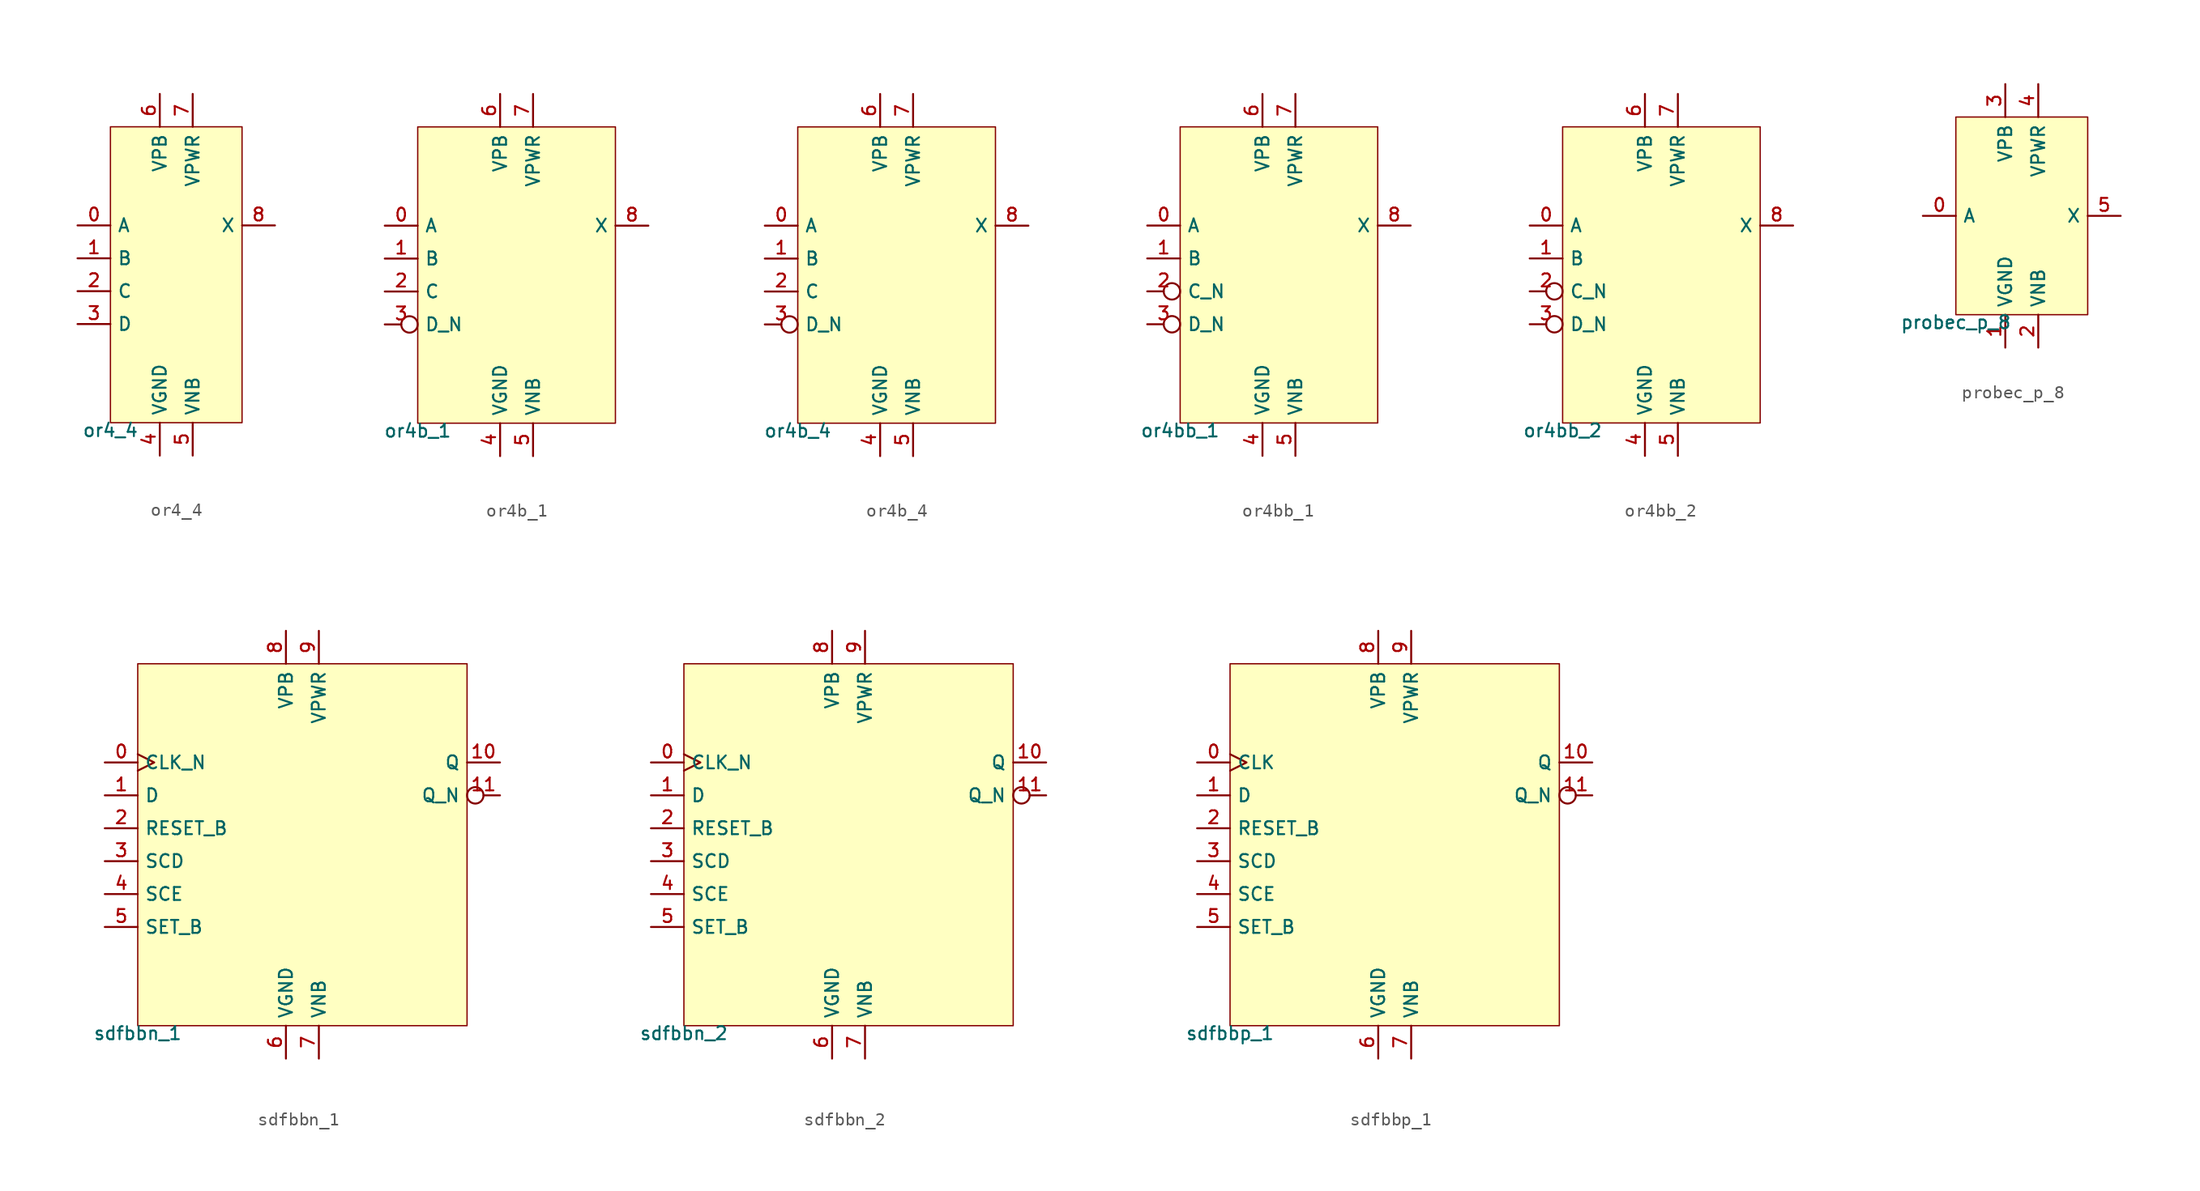
<source format=kicad_sym>
(kicad_symbol_lib
  (version 20211014)
  (generator pdk2kicad)
  (symbol "or4_4"
    (property "Reference" "X"
      (at 0 0 0)
      (effects (font (size 1 1)) hide))
    (property "Value" "or4_4"
      (at -5.08 -11.43 0)
      (effects (font (size 1 1)) (justify top)))
    (rectangle
      (start -5.08 -11.43)
      (end 5.08 11.43)
      (stroke (width 0.1) (type solid) (color 0 0 0 0))
      (fill (type background)))
    (pin input line
      (at -7.62 3.81 0)
      (length 2.54)
      (name "A" (effects (font (size 1 1)) hide))
      (number "0" (effects (font (size 1 1)) hide)))
    (pin input line
      (at -7.62 1.27 0)
      (length 2.54)
      (name "B" (effects (font (size 1 1)) hide))
      (number "1" (effects (font (size 1 1)) hide)))
    (pin input line
      (at -7.62 -1.27 0)
      (length 2.54)
      (name "C" (effects (font (size 1 1)) hide))
      (number "2" (effects (font (size 1 1)) hide)))
    (pin input line
      (at -7.62 -3.81 0)
      (length 2.54)
      (name "D" (effects (font (size 1 1)) hide))
      (number "3" (effects (font (size 1 1)) hide)))
    (pin power_in line
      (at -1.27 -13.97 90)
      (length 2.54)
      (name "VGND" (effects (font (size 1 1)) hide))
      (number "4" (effects (font (size 1 1)) hide)))
    (pin power_in line
      (at 1.27 -13.97 90)
      (length 2.54)
      (name "VNB" (effects (font (size 1 1)) hide))
      (number "5" (effects (font (size 1 1)) hide)))
    (pin power_in line
      (at -1.27 13.97 270)
      (length 2.54)
      (name "VPB" (effects (font (size 1 1)) hide))
      (number "6" (effects (font (size 1 1)) hide)))
    (pin power_in line
      (at 1.27 13.97 270)
      (length 2.54)
      (name "VPWR" (effects (font (size 1 1)) hide))
      (number "7" (effects (font (size 1 1)) hide)))
    (pin output line
      (at 7.62 3.81 180)
      (length 2.54)
      (name "X" (effects (font (size 1 1)) hide))
      (number "8" (effects (font (size 1 1)) hide))))
  (symbol "or4b_1"
    (property "Reference" "X"
      (at 0 0 0)
      (effects (font (size 1 1)) hide))
    (property "Value" "or4b_1"
      (at -7.62 -11.43 0)
      (effects (font (size 1 1)) (justify top)))
    (rectangle
      (start -7.62 -11.43)
      (end 7.62 11.43)
      (stroke (width 0.1) (type solid) (color 0 0 0 0))
      (fill (type background)))
    (pin input line
      (at -10.16 3.81 0)
      (length 2.54)
      (name "A" (effects (font (size 1 1)) hide))
      (number "0" (effects (font (size 1 1)) hide)))
    (pin input line
      (at -10.16 1.27 0)
      (length 2.54)
      (name "B" (effects (font (size 1 1)) hide))
      (number "1" (effects (font (size 1 1)) hide)))
    (pin input line
      (at -10.16 -1.27 0)
      (length 2.54)
      (name "C" (effects (font (size 1 1)) hide))
      (number "2" (effects (font (size 1 1)) hide)))
    (pin input inverted
      (at -10.16 -3.81 0)
      (length 2.54)
      (name "D_N" (effects (font (size 1 1)) hide))
      (number "3" (effects (font (size 1 1)) hide)))
    (pin power_in line
      (at -1.27 -13.97 90)
      (length 2.54)
      (name "VGND" (effects (font (size 1 1)) hide))
      (number "4" (effects (font (size 1 1)) hide)))
    (pin power_in line
      (at 1.27 -13.97 90)
      (length 2.54)
      (name "VNB" (effects (font (size 1 1)) hide))
      (number "5" (effects (font (size 1 1)) hide)))
    (pin power_in line
      (at -1.27 13.97 270)
      (length 2.54)
      (name "VPB" (effects (font (size 1 1)) hide))
      (number "6" (effects (font (size 1 1)) hide)))
    (pin power_in line
      (at 1.27 13.97 270)
      (length 2.54)
      (name "VPWR" (effects (font (size 1 1)) hide))
      (number "7" (effects (font (size 1 1)) hide)))
    (pin output line
      (at 10.16 3.81 180)
      (length 2.54)
      (name "X" (effects (font (size 1 1)) hide))
      (number "8" (effects (font (size 1 1)) hide))))
  (symbol "or4b_4"
    (property "Reference" "X"
      (at 0 0 0)
      (effects (font (size 1 1)) hide))
    (property "Value" "or4b_4"
      (at -7.62 -11.43 0)
      (effects (font (size 1 1)) (justify top)))
    (rectangle
      (start -7.62 -11.43)
      (end 7.62 11.43)
      (stroke (width 0.1) (type solid) (color 0 0 0 0))
      (fill (type background)))
    (pin input line
      (at -10.16 3.81 0)
      (length 2.54)
      (name "A" (effects (font (size 1 1)) hide))
      (number "0" (effects (font (size 1 1)) hide)))
    (pin input line
      (at -10.16 1.27 0)
      (length 2.54)
      (name "B" (effects (font (size 1 1)) hide))
      (number "1" (effects (font (size 1 1)) hide)))
    (pin input line
      (at -10.16 -1.27 0)
      (length 2.54)
      (name "C" (effects (font (size 1 1)) hide))
      (number "2" (effects (font (size 1 1)) hide)))
    (pin input inverted
      (at -10.16 -3.81 0)
      (length 2.54)
      (name "D_N" (effects (font (size 1 1)) hide))
      (number "3" (effects (font (size 1 1)) hide)))
    (pin power_in line
      (at -1.27 -13.97 90)
      (length 2.54)
      (name "VGND" (effects (font (size 1 1)) hide))
      (number "4" (effects (font (size 1 1)) hide)))
    (pin power_in line
      (at 1.27 -13.97 90)
      (length 2.54)
      (name "VNB" (effects (font (size 1 1)) hide))
      (number "5" (effects (font (size 1 1)) hide)))
    (pin power_in line
      (at -1.27 13.97 270)
      (length 2.54)
      (name "VPB" (effects (font (size 1 1)) hide))
      (number "6" (effects (font (size 1 1)) hide)))
    (pin power_in line
      (at 1.27 13.97 270)
      (length 2.54)
      (name "VPWR" (effects (font (size 1 1)) hide))
      (number "7" (effects (font (size 1 1)) hide)))
    (pin output line
      (at 10.16 3.81 180)
      (length 2.54)
      (name "X" (effects (font (size 1 1)) hide))
      (number "8" (effects (font (size 1 1)) hide))))
  (symbol "or4bb_1"
    (property "Reference" "X"
      (at 0 0 0)
      (effects (font (size 1 1)) hide))
    (property "Value" "or4bb_1"
      (at -7.62 -11.43 0)
      (effects (font (size 1 1)) (justify top)))
    (rectangle
      (start -7.62 -11.43)
      (end 7.62 11.43)
      (stroke (width 0.1) (type solid) (color 0 0 0 0))
      (fill (type background)))
    (pin input line
      (at -10.16 3.81 0)
      (length 2.54)
      (name "A" (effects (font (size 1 1)) hide))
      (number "0" (effects (font (size 1 1)) hide)))
    (pin input line
      (at -10.16 1.27 0)
      (length 2.54)
      (name "B" (effects (font (size 1 1)) hide))
      (number "1" (effects (font (size 1 1)) hide)))
    (pin input inverted
      (at -10.16 -1.27 0)
      (length 2.54)
      (name "C_N" (effects (font (size 1 1)) hide))
      (number "2" (effects (font (size 1 1)) hide)))
    (pin input inverted
      (at -10.16 -3.81 0)
      (length 2.54)
      (name "D_N" (effects (font (size 1 1)) hide))
      (number "3" (effects (font (size 1 1)) hide)))
    (pin power_in line
      (at -1.27 -13.97 90)
      (length 2.54)
      (name "VGND" (effects (font (size 1 1)) hide))
      (number "4" (effects (font (size 1 1)) hide)))
    (pin power_in line
      (at 1.27 -13.97 90)
      (length 2.54)
      (name "VNB" (effects (font (size 1 1)) hide))
      (number "5" (effects (font (size 1 1)) hide)))
    (pin power_in line
      (at -1.27 13.97 270)
      (length 2.54)
      (name "VPB" (effects (font (size 1 1)) hide))
      (number "6" (effects (font (size 1 1)) hide)))
    (pin power_in line
      (at 1.27 13.97 270)
      (length 2.54)
      (name "VPWR" (effects (font (size 1 1)) hide))
      (number "7" (effects (font (size 1 1)) hide)))
    (pin output line
      (at 10.16 3.81 180)
      (length 2.54)
      (name "X" (effects (font (size 1 1)) hide))
      (number "8" (effects (font (size 1 1)) hide))))
  (symbol "or4bb_2"
    (property "Reference" "X"
      (at 0 0 0)
      (effects (font (size 1 1)) hide))
    (property "Value" "or4bb_2"
      (at -7.62 -11.43 0)
      (effects (font (size 1 1)) (justify top)))
    (rectangle
      (start -7.62 -11.43)
      (end 7.62 11.43)
      (stroke (width 0.1) (type solid) (color 0 0 0 0))
      (fill (type background)))
    (pin input line
      (at -10.16 3.81 0)
      (length 2.54)
      (name "A" (effects (font (size 1 1)) hide))
      (number "0" (effects (font (size 1 1)) hide)))
    (pin input line
      (at -10.16 1.27 0)
      (length 2.54)
      (name "B" (effects (font (size 1 1)) hide))
      (number "1" (effects (font (size 1 1)) hide)))
    (pin input inverted
      (at -10.16 -1.27 0)
      (length 2.54)
      (name "C_N" (effects (font (size 1 1)) hide))
      (number "2" (effects (font (size 1 1)) hide)))
    (pin input inverted
      (at -10.16 -3.81 0)
      (length 2.54)
      (name "D_N" (effects (font (size 1 1)) hide))
      (number "3" (effects (font (size 1 1)) hide)))
    (pin power_in line
      (at -1.27 -13.97 90)
      (length 2.54)
      (name "VGND" (effects (font (size 1 1)) hide))
      (number "4" (effects (font (size 1 1)) hide)))
    (pin power_in line
      (at 1.27 -13.97 90)
      (length 2.54)
      (name "VNB" (effects (font (size 1 1)) hide))
      (number "5" (effects (font (size 1 1)) hide)))
    (pin power_in line
      (at -1.27 13.97 270)
      (length 2.54)
      (name "VPB" (effects (font (size 1 1)) hide))
      (number "6" (effects (font (size 1 1)) hide)))
    (pin power_in line
      (at 1.27 13.97 270)
      (length 2.54)
      (name "VPWR" (effects (font (size 1 1)) hide))
      (number "7" (effects (font (size 1 1)) hide)))
    (pin output line
      (at 10.16 3.81 180)
      (length 2.54)
      (name "X" (effects (font (size 1 1)) hide))
      (number "8" (effects (font (size 1 1)) hide))))
  (symbol "probec_p_8"
    (property "Reference" "X"
      (at 0 0 0)
      (effects (font (size 1 1)) hide))
    (property "Value" "probec_p_8"
      (at -5.08 -7.62 0)
      (effects (font (size 1 1)) (justify top)))
    (rectangle
      (start -5.08 -7.62)
      (end 5.08 7.62)
      (stroke (width 0.1) (type solid) (color 0 0 0 0))
      (fill (type background)))
    (pin input line
      (at -7.62 0.0 0)
      (length 2.54)
      (name "A" (effects (font (size 1 1)) hide))
      (number "0" (effects (font (size 1 1)) hide)))
    (pin power_in line
      (at -1.27 -10.16 90)
      (length 2.54)
      (name "VGND" (effects (font (size 1 1)) hide))
      (number "1" (effects (font (size 1 1)) hide)))
    (pin power_in line
      (at 1.27 -10.16 90)
      (length 2.54)
      (name "VNB" (effects (font (size 1 1)) hide))
      (number "2" (effects (font (size 1 1)) hide)))
    (pin power_in line
      (at -1.27 10.16 270)
      (length 2.54)
      (name "VPB" (effects (font (size 1 1)) hide))
      (number "3" (effects (font (size 1 1)) hide)))
    (pin power_in line
      (at 1.27 10.16 270)
      (length 2.54)
      (name "VPWR" (effects (font (size 1 1)) hide))
      (number "4" (effects (font (size 1 1)) hide)))
    (pin output line
      (at 7.62 0.0 180)
      (length 2.54)
      (name "X" (effects (font (size 1 1)) hide))
      (number "5" (effects (font (size 1 1)) hide))))
  (symbol "sdfbbn_1"
    (property "Reference" "X"
      (at 0 0 0)
      (effects (font (size 1 1)) hide))
    (property "Value" "sdfbbn_1"
      (at -12.7 -13.97 0)
      (effects (font (size 1 1)) (justify top)))
    (rectangle
      (start -12.7 -13.97)
      (end 12.7 13.97)
      (stroke (width 0.1) (type solid) (color 0 0 0 0))
      (fill (type background)))
    (pin input clock
      (at -15.24 6.35 0)
      (length 2.54)
      (name "CLK_N" (effects (font (size 1 1)) hide))
      (number "0" (effects (font (size 1 1)) hide)))
    (pin input line
      (at -15.24 3.81 0)
      (length 2.54)
      (name "D" (effects (font (size 1 1)) hide))
      (number "1" (effects (font (size 1 1)) hide)))
    (pin input line
      (at -15.24 1.27 0)
      (length 2.54)
      (name "RESET_B" (effects (font (size 1 1)) hide))
      (number "2" (effects (font (size 1 1)) hide)))
    (pin input line
      (at -15.24 -1.27 0)
      (length 2.54)
      (name "SCD" (effects (font (size 1 1)) hide))
      (number "3" (effects (font (size 1 1)) hide)))
    (pin input line
      (at -15.24 -3.81 0)
      (length 2.54)
      (name "SCE" (effects (font (size 1 1)) hide))
      (number "4" (effects (font (size 1 1)) hide)))
    (pin input line
      (at -15.24 -6.35 0)
      (length 2.54)
      (name "SET_B" (effects (font (size 1 1)) hide))
      (number "5" (effects (font (size 1 1)) hide)))
    (pin power_in line
      (at -1.27 -16.51 90)
      (length 2.54)
      (name "VGND" (effects (font (size 1 1)) hide))
      (number "6" (effects (font (size 1 1)) hide)))
    (pin power_in line
      (at 1.27 -16.51 90)
      (length 2.54)
      (name "VNB" (effects (font (size 1 1)) hide))
      (number "7" (effects (font (size 1 1)) hide)))
    (pin power_in line
      (at -1.27 16.51 270)
      (length 2.54)
      (name "VPB" (effects (font (size 1 1)) hide))
      (number "8" (effects (font (size 1 1)) hide)))
    (pin power_in line
      (at 1.27 16.51 270)
      (length 2.54)
      (name "VPWR" (effects (font (size 1 1)) hide))
      (number "9" (effects (font (size 1 1)) hide)))
    (pin output line
      (at 15.24 6.35 180)
      (length 2.54)
      (name "Q" (effects (font (size 1 1)) hide))
      (number "10" (effects (font (size 1 1)) hide)))
    (pin output inverted
      (at 15.24 3.81 180)
      (length 2.54)
      (name "Q_N" (effects (font (size 1 1)) hide))
      (number "11" (effects (font (size 1 1)) hide))))
  (symbol "sdfbbn_2"
    (property "Reference" "X"
      (at 0 0 0)
      (effects (font (size 1 1)) hide))
    (property "Value" "sdfbbn_2"
      (at -12.7 -13.97 0)
      (effects (font (size 1 1)) (justify top)))
    (rectangle
      (start -12.7 -13.97)
      (end 12.7 13.97)
      (stroke (width 0.1) (type solid) (color 0 0 0 0))
      (fill (type background)))
    (pin input clock
      (at -15.24 6.35 0)
      (length 2.54)
      (name "CLK_N" (effects (font (size 1 1)) hide))
      (number "0" (effects (font (size 1 1)) hide)))
    (pin input line
      (at -15.24 3.81 0)
      (length 2.54)
      (name "D" (effects (font (size 1 1)) hide))
      (number "1" (effects (font (size 1 1)) hide)))
    (pin input line
      (at -15.24 1.27 0)
      (length 2.54)
      (name "RESET_B" (effects (font (size 1 1)) hide))
      (number "2" (effects (font (size 1 1)) hide)))
    (pin input line
      (at -15.24 -1.27 0)
      (length 2.54)
      (name "SCD" (effects (font (size 1 1)) hide))
      (number "3" (effects (font (size 1 1)) hide)))
    (pin input line
      (at -15.24 -3.81 0)
      (length 2.54)
      (name "SCE" (effects (font (size 1 1)) hide))
      (number "4" (effects (font (size 1 1)) hide)))
    (pin input line
      (at -15.24 -6.35 0)
      (length 2.54)
      (name "SET_B" (effects (font (size 1 1)) hide))
      (number "5" (effects (font (size 1 1)) hide)))
    (pin power_in line
      (at -1.27 -16.51 90)
      (length 2.54)
      (name "VGND" (effects (font (size 1 1)) hide))
      (number "6" (effects (font (size 1 1)) hide)))
    (pin power_in line
      (at 1.27 -16.51 90)
      (length 2.54)
      (name "VNB" (effects (font (size 1 1)) hide))
      (number "7" (effects (font (size 1 1)) hide)))
    (pin power_in line
      (at -1.27 16.51 270)
      (length 2.54)
      (name "VPB" (effects (font (size 1 1)) hide))
      (number "8" (effects (font (size 1 1)) hide)))
    (pin power_in line
      (at 1.27 16.51 270)
      (length 2.54)
      (name "VPWR" (effects (font (size 1 1)) hide))
      (number "9" (effects (font (size 1 1)) hide)))
    (pin output line
      (at 15.24 6.35 180)
      (length 2.54)
      (name "Q" (effects (font (size 1 1)) hide))
      (number "10" (effects (font (size 1 1)) hide)))
    (pin output inverted
      (at 15.24 3.81 180)
      (length 2.54)
      (name "Q_N" (effects (font (size 1 1)) hide))
      (number "11" (effects (font (size 1 1)) hide))))
  (symbol "sdfbbp_1"
    (property "Reference" "X"
      (at 0 0 0)
      (effects (font (size 1 1)) hide))
    (property "Value" "sdfbbp_1"
      (at -12.7 -13.97 0)
      (effects (font (size 1 1)) (justify top)))
    (rectangle
      (start -12.7 -13.97)
      (end 12.7 13.97)
      (stroke (width 0.1) (type solid) (color 0 0 0 0))
      (fill (type background)))
    (pin input clock
      (at -15.24 6.35 0)
      (length 2.54)
      (name "CLK" (effects (font (size 1 1)) hide))
      (number "0" (effects (font (size 1 1)) hide)))
    (pin input line
      (at -15.24 3.81 0)
      (length 2.54)
      (name "D" (effects (font (size 1 1)) hide))
      (number "1" (effects (font (size 1 1)) hide)))
    (pin input line
      (at -15.24 1.27 0)
      (length 2.54)
      (name "RESET_B" (effects (font (size 1 1)) hide))
      (number "2" (effects (font (size 1 1)) hide)))
    (pin input line
      (at -15.24 -1.27 0)
      (length 2.54)
      (name "SCD" (effects (font (size 1 1)) hide))
      (number "3" (effects (font (size 1 1)) hide)))
    (pin input line
      (at -15.24 -3.81 0)
      (length 2.54)
      (name "SCE" (effects (font (size 1 1)) hide))
      (number "4" (effects (font (size 1 1)) hide)))
    (pin input line
      (at -15.24 -6.35 0)
      (length 2.54)
      (name "SET_B" (effects (font (size 1 1)) hide))
      (number "5" (effects (font (size 1 1)) hide)))
    (pin power_in line
      (at -1.27 -16.51 90)
      (length 2.54)
      (name "VGND" (effects (font (size 1 1)) hide))
      (number "6" (effects (font (size 1 1)) hide)))
    (pin power_in line
      (at 1.27 -16.51 90)
      (length 2.54)
      (name "VNB" (effects (font (size 1 1)) hide))
      (number "7" (effects (font (size 1 1)) hide)))
    (pin power_in line
      (at -1.27 16.51 270)
      (length 2.54)
      (name "VPB" (effects (font (size 1 1)) hide))
      (number "8" (effects (font (size 1 1)) hide)))
    (pin power_in line
      (at 1.27 16.51 270)
      (length 2.54)
      (name "VPWR" (effects (font (size 1 1)) hide))
      (number "9" (effects (font (size 1 1)) hide)))
    (pin output line
      (at 15.24 6.35 180)
      (length 2.54)
      (name "Q" (effects (font (size 1 1)) hide))
      (number "10" (effects (font (size 1 1)) hide)))
    (pin output inverted
      (at 15.24 3.81 180)
      (length 2.54)
      (name "Q_N" (effects (font (size 1 1)) hide))
      (number "11" (effects (font (size 1 1)) hide)))))
</source>
